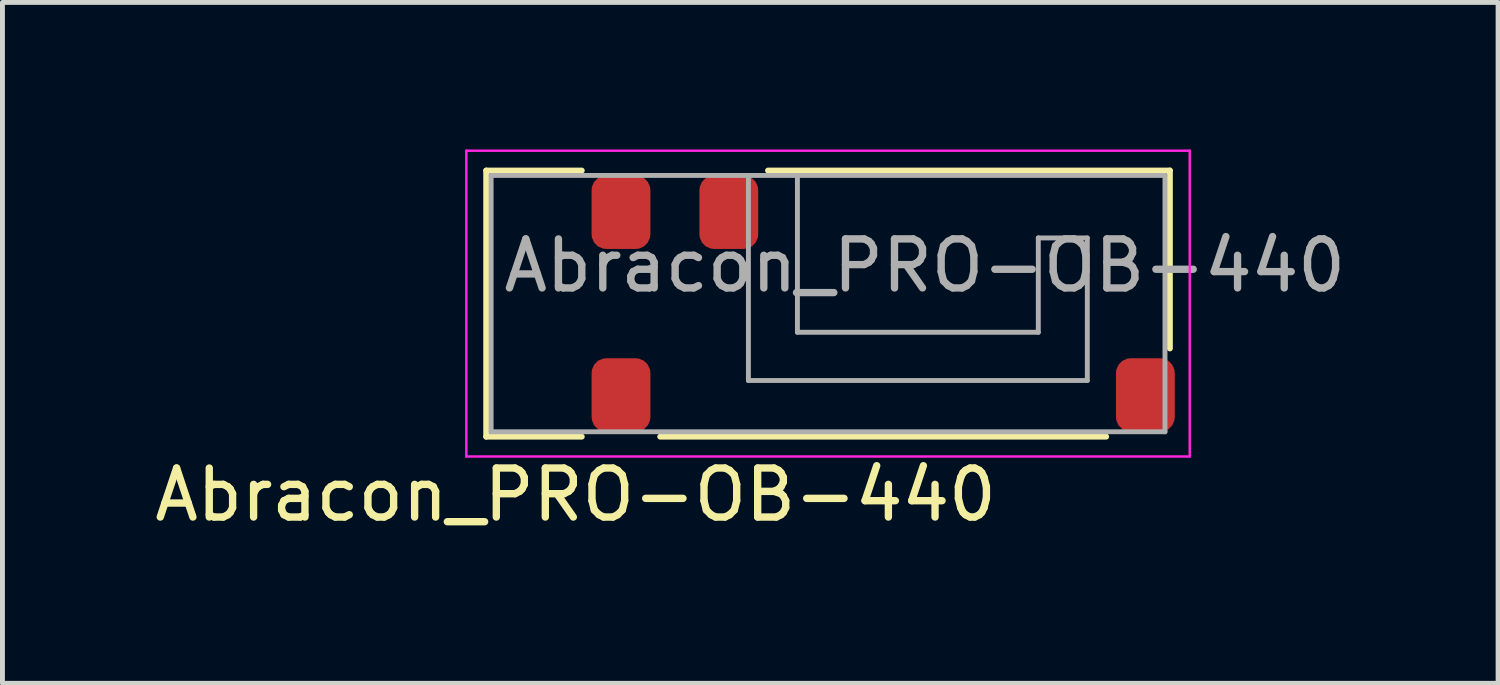
<source format=kicad_pcb>
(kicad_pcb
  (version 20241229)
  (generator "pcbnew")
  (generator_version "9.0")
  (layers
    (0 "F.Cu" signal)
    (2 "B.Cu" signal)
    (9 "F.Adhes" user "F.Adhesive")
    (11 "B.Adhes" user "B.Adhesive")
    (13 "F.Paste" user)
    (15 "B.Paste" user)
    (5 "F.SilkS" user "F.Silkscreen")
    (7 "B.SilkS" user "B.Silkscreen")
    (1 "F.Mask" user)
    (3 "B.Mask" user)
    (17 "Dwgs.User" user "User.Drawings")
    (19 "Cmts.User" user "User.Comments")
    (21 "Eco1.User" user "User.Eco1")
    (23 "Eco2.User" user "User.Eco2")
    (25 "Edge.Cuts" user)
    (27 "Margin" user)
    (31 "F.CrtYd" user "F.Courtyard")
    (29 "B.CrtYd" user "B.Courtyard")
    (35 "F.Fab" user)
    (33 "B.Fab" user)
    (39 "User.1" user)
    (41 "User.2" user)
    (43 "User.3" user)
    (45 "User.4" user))
  (footprint "Abracon_PRO-OB-440"
    (layer "F.Cu")
    (at 13.846 3.145)
    (property "Reference" "Abracon_PRO-OB-440" (at -5.15 3.9 0) (layer "F.SilkS") (effects (font (size 1 1) (thickness 0.15))))
    (attr smd)
    (fp_line (start -6.975 -2.715) (end -6.975 2.715) (stroke (width 0.12) (type solid)) (layer "F.SilkS"))
    (fp_line (start -6.975 2.715) (end -5.025 2.715) (stroke (width 0.12) (type solid)) (layer "F.SilkS"))
    (fp_line (start -5.025 -2.715) (end -6.975 -2.715) (stroke (width 0.12) (type solid)) (layer "F.SilkS"))
    (fp_line (start -3.425 2.715) (end 5.675 2.715) (stroke (width 0.12) (type solid)) (layer "F.SilkS"))
    (fp_line (start -1.225 -2.715) (end 6.975 -2.715) (stroke (width 0.12) (type solid)) (layer "F.SilkS"))
    (fp_line (start 6.975 -2.715) (end 6.975 0.915) (stroke (width 0.12) (type solid)) (layer "F.SilkS"))
    (fp_line (start -7.38 -3.12) (end 7.38 -3.12) (stroke (width 0.05) (type solid)) (layer "F.CrtYd"))
    (fp_line (start -7.38 3.12) (end -7.38 -3.12) (stroke (width 0.05) (type solid)) (layer "F.CrtYd"))
    (fp_line (start 7.38 -3.12) (end 7.38 3.12) (stroke (width 0.05) (type solid)) (layer "F.CrtYd"))
    (fp_line (start 7.38 3.12) (end -7.38 3.12) (stroke (width 0.05) (type solid)) (layer "F.CrtYd"))
    (fp_line (start -6.875 -2.615) (end 6.875 -2.615) (stroke (width 0.1) (type solid)) (layer "F.Fab"))
    (fp_line (start -6.875 2.615) (end -6.875 -2.615) (stroke (width 0.1) (type solid)) (layer "F.Fab"))
    (fp_line (start -1.625 1.569) (end -1.625 -2.615) (stroke (width 0.1) (type solid)) (layer "F.Fab"))
    (fp_line (start -0.625 -2.615) (end -0.625 0.585) (stroke (width 0.1) (type solid)) (layer "F.Fab"))
    (fp_line (start -0.625 0.585) (end 4.29 0.585) (stroke (width 0.1) (type solid)) (layer "F.Fab"))
    (fp_line (start 4.29 -1.34) (end 5.29 -1.34) (stroke (width 0.1) (type solid)) (layer "F.Fab"))
    (fp_line (start 4.29 0.585) (end 4.29 -1.34) (stroke (width 0.1) (type solid)) (layer "F.Fab"))
    (fp_line (start 5.29 -1.34) (end 5.29 1.569) (stroke (width 0.1) (type solid)) (layer "F.Fab"))
    (fp_line (start 5.29 1.569) (end -1.625 1.569) (stroke (width 0.1) (type solid)) (layer "F.Fab"))
    (fp_line (start 6.875 -2.615) (end 6.875 2.615) (stroke (width 0.1) (type solid)) (layer "F.Fab"))
    (fp_line (start 6.875 2.615) (end -6.875 2.615) (stroke (width 0.1) (type solid)) (layer "F.Fab"))
    (fp_text user "${REFERENCE}" (at 1.975 -0.775 0) (layer "F.Fab") (effects (font (size 1 1) (thickness 0.15))))
    (pad "1" smd roundrect (at -2.025 -1.865) (size 1.2 1.5) (layers "F.Cu" "F.Mask" "F.Paste") (roundrect_rratio 0.25))
    (pad "2" smd roundrect (at -4.225 -1.865) (size 1.2 1.5) (layers "F.Cu" "F.Mask" "F.Paste") (roundrect_rratio 0.25))
    (pad "3" smd roundrect (at -4.225 1.865) (size 1.2 1.5) (layers "F.Cu" "F.Mask" "F.Paste") (roundrect_rratio 0.25))
    (pad "4" smd roundrect (at 6.475 1.865) (size 1.2 1.5) (layers "F.Cu" "F.Mask" "F.Paste") (roundrect_rratio 0.25))
    (zone (net_name "") (layers "F.Cu" "Dwgs.User") (hatch edge 0.508) (connect_pads) (min_thickness 0.254) (filled_areas_thickness no) (keepout (tracks not_allowed) (vias not_allowed) (pads allowed) (copperpour not_allowed) (footprints allowed)) (placement (enabled no)) (fill) (polygon (pts (xy 10.746 6.31) (xy 8.496 6.31) (xy 8.496 3.71) (xy 10.746 3.71))))
    (zone (net_name "") (layers "F.Cu" "Dwgs.User") (hatch edge 0.508) (connect_pads) (min_thickness 0.254) (filled_areas_thickness no) (keepout (tracks allowed) (vias not_allowed) (pads allowed) (copperpour not_allowed) (footprints allowed)) (placement (enabled no)) (fill) (polygon (pts (xy 12.721 2.33) (xy 10.921 2.33) (xy 10.921 0.23) (xy 12.721 0.23))))
    (zone (net_name "") (layers "F.Cu" "Dwgs.User") (hatch edge 0.508) (connect_pads) (min_thickness 0.254) (filled_areas_thickness no) (keepout (tracks not_allowed) (vias not_allowed) (pads allowed) (copperpour not_allowed) (footprints allowed)) (placement (enabled no)) (fill) (polygon (pts (xy 21.546 6.41) (xy 19.096 6.41) (xy 19.096 3.61) (xy 21.546 3.61))))
    (zone (net_name "") (layers "F.Cu" "Dwgs.User") (hatch edge 0.508) (connect_pads) (min_thickness 0.254) (filled_areas_thickness no) (keepout (tracks not_allowed) (vias not_allowed) (pads not_allowed) (copperpour not_allowed) (footprints allowed)) (placement (enabled no)) (fill) (polygon (pts (xy 9.421 0.53) (xy 9.021 0.53) (xy 9.021 1.08) (xy 8.721 1.08) (xy 8.721 0.23) (xy 9.421 0.23))))
    (zone (net_name "") (layers "F.Cu" "Dwgs.User") (hatch edge 0.508) (connect_pads) (min_thickness 0.254) (filled_areas_thickness no) (keepout (tracks not_allowed) (vias not_allowed) (pads not_allowed) (copperpour not_allowed) (footprints allowed)) (placement (enabled no)) (fill) (polygon (pts (xy 9.421 2.03) (xy 9.021 2.03) (xy 9.021 1.48) (xy 8.721 1.48) (xy 8.721 2.33) (xy 9.421 2.33))))
    (zone (net_name "") (layers "F.Cu" "Dwgs.User") (hatch edge 0.508) (connect_pads) (min_thickness 0.254) (filled_areas_thickness no) (keepout (tracks not_allowed) (vias not_allowed) (pads not_allowed) (copperpour not_allowed) (footprints allowed)) (placement (enabled no)) (fill) (polygon (pts (xy 9.821 0.53) (xy 10.221 0.53) (xy 10.221 1.08) (xy 10.521 1.08) (xy 10.521 0.23) (xy 9.821 0.23))))
    (zone (net_name "") (layers "F.Cu" "Dwgs.User") (hatch edge 0.508) (connect_pads) (min_thickness 0.254) (filled_areas_thickness no) (keepout (tracks not_allowed) (vias not_allowed) (pads not_allowed) (copperpour not_allowed) (footprints allowed)) (placement (enabled no)) (fill) (polygon (pts (xy 9.821 2.03) (xy 10.221 2.03) (xy 10.221 1.48) (xy 10.521 1.48) (xy 10.521 2.33) (xy 9.821 2.33))))
    (zone (net_name "") (layers "B.Cu" "Dwgs.User") (hatch edge 0.508) (connect_pads) (min_thickness 0.254) (filled_areas_thickness no) (keepout (tracks not_allowed) (vias not_allowed) (pads not_allowed) (copperpour not_allowed) (footprints allowed)) (placement (enabled no)) (fill) (polygon (pts (xy 10.746 6.31) (xy 8.496 6.31) (xy 8.496 3.71) (xy 10.746 3.71))))
    (zone (net_name "") (layers "B.Cu" "Dwgs.User") (hatch edge 0.508) (connect_pads) (min_thickness 0.254) (filled_areas_thickness no) (keepout (tracks not_allowed) (vias not_allowed) (pads not_allowed) (copperpour not_allowed) (footprints allowed)) (placement (enabled no)) (fill) (polygon (pts (xy 12.721 2.33) (xy 10.921 2.33) (xy 10.921 0.23) (xy 12.721 0.23))))
    (zone (net_name "") (layers "B.Cu" "Dwgs.User") (hatch edge 0.508) (connect_pads) (min_thickness 0.254) (filled_areas_thickness no) (keepout (tracks not_allowed) (vias not_allowed) (pads not_allowed) (copperpour not_allowed) (footprints allowed)) (placement (enabled no)) (fill) (polygon (pts (xy 21.546 6.41) (xy 19.096 6.41) (xy 19.096 3.61) (xy 21.546 3.61)))))
  (gr_rect
    (start -3 -3)
    (end 27.518 10.893)
    (stroke (width 0.1) (type default))
    (fill no)
    (layer "Edge.Cuts")))
</source>
